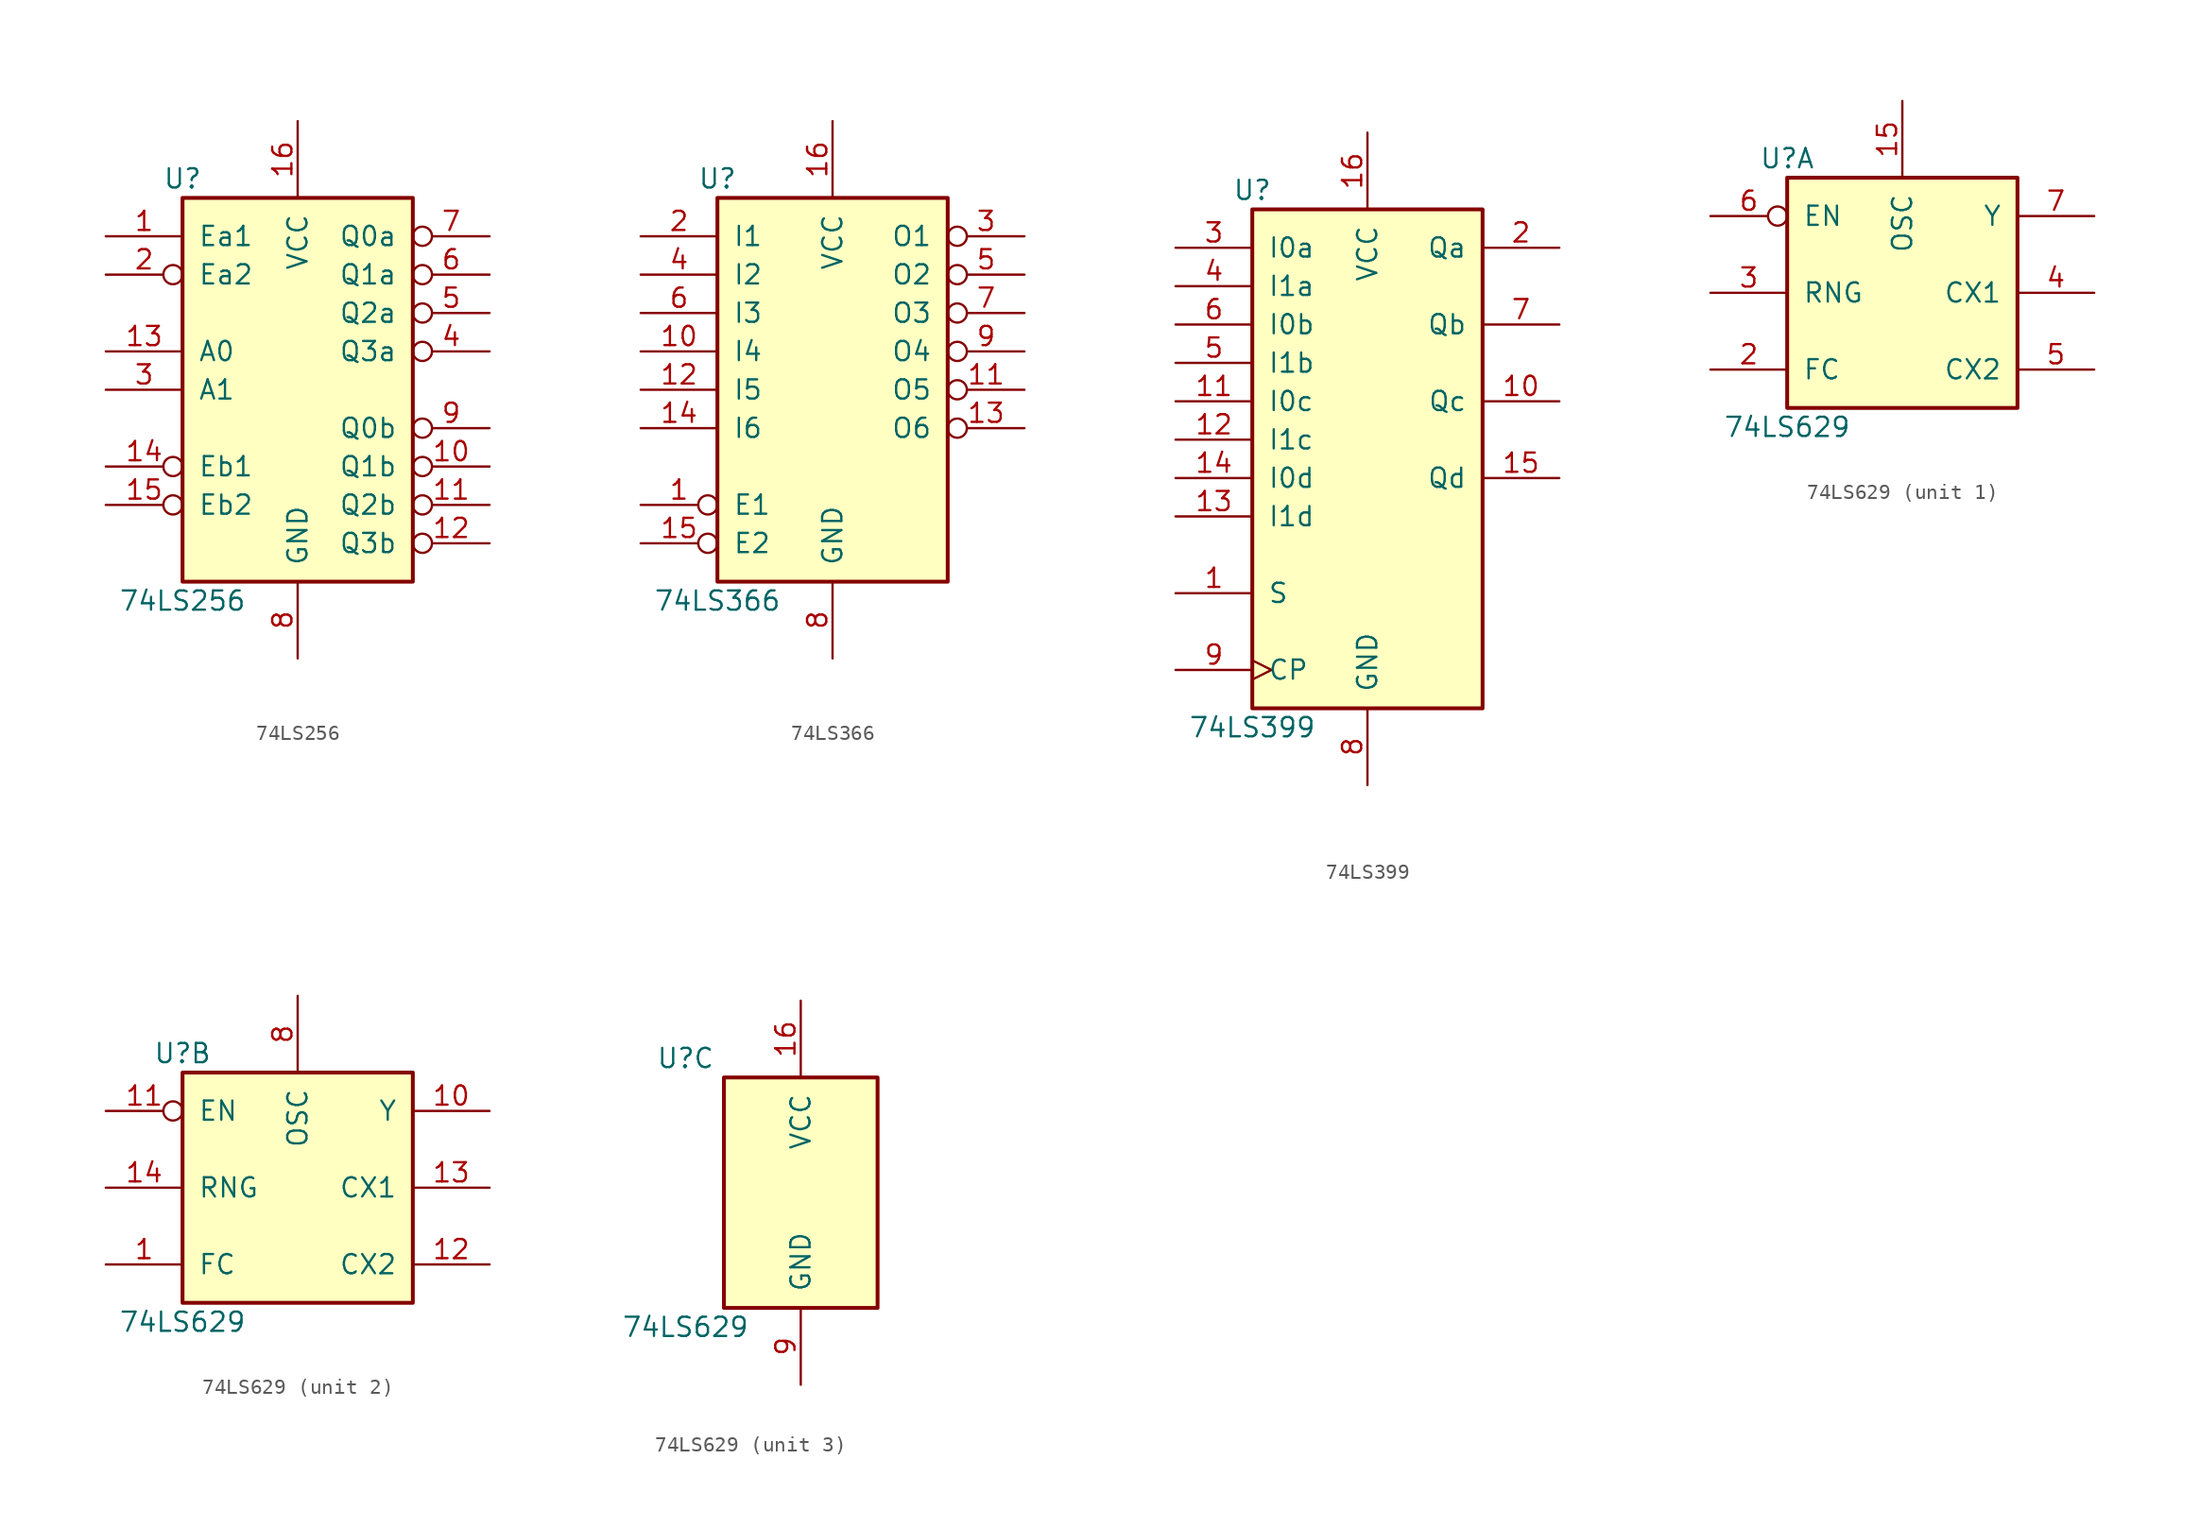
<source format=kicad_sym>
(kicad_symbol_lib
  (version 20241209)
  (generator "kicad_symbol_editor")
  (generator_version "9.0")
  (symbol "74LS256"
    (pin_names
      (offset 1.016))
    (property "Reference" "U"
      (at -7.62 13.97 0)
      (effects (font (size 1.27 1.27))))
    (property "Value" "74LS256"
      (at -7.62 -13.97 0)
      (effects (font (size 1.27 1.27))))
    (property "ki_locked" ""
      (at 0 0 0)
      (effects (font (size 1.27 1.27))))
    (symbol "74LS256_1_0"
      (pin input line (at -12.7 10.16 0) (length 5.08) (name "Ea1" (effects (font (size 1.27 1.27)))) (number "1" (effects (font (size 1.27 1.27)))))
      (pin input inverted (at -12.7 7.62 0) (length 5.08) (name "Ea2" (effects (font (size 1.27 1.27)))) (number "2" (effects (font (size 1.27 1.27)))))
      (pin input line (at -12.7 2.54 0) (length 5.08) (name "A0" (effects (font (size 1.27 1.27)))) (number "13" (effects (font (size 1.27 1.27)))))
      (pin input line (at -12.7 0 0) (length 5.08) (name "A1" (effects (font (size 1.27 1.27)))) (number "3" (effects (font (size 1.27 1.27)))))
      (pin input inverted (at -12.7 -5.08 0) (length 5.08) (name "Eb1" (effects (font (size 1.27 1.27)))) (number "14" (effects (font (size 1.27 1.27)))))
      (pin input inverted (at -12.7 -7.62 0) (length 5.08) (name "Eb2" (effects (font (size 1.27 1.27)))) (number "15" (effects (font (size 1.27 1.27)))))
      (pin power_in line (at 0 17.78 270) (length 5.08) (name "VCC" (effects (font (size 1.27 1.27)))) (number "16" (effects (font (size 1.27 1.27)))))
      (pin power_in line (at 0 -17.78 90) (length 5.08) (name "GND" (effects (font (size 1.27 1.27)))) (number "8" (effects (font (size 1.27 1.27)))))
      (pin tri_state inverted (at 12.7 10.16 180) (length 5.08) (name "Q0a" (effects (font (size 1.27 1.27)))) (number "7" (effects (font (size 1.27 1.27)))))
      (pin tri_state inverted (at 12.7 7.62 180) (length 5.08) (name "Q1a" (effects (font (size 1.27 1.27)))) (number "6" (effects (font (size 1.27 1.27)))))
      (pin tri_state inverted (at 12.7 5.08 180) (length 5.08) (name "Q2a" (effects (font (size 1.27 1.27)))) (number "5" (effects (font (size 1.27 1.27)))))
      (pin tri_state inverted (at 12.7 2.54 180) (length 5.08) (name "Q3a" (effects (font (size 1.27 1.27)))) (number "4" (effects (font (size 1.27 1.27)))))
      (pin tri_state inverted (at 12.7 -2.54 180) (length 5.08) (name "Q0b" (effects (font (size 1.27 1.27)))) (number "9" (effects (font (size 1.27 1.27)))))
      (pin tri_state inverted (at 12.7 -5.08 180) (length 5.08) (name "Q1b" (effects (font (size 1.27 1.27)))) (number "10" (effects (font (size 1.27 1.27)))))
      (pin tri_state inverted (at 12.7 -7.62 180) (length 5.08) (name "Q2b" (effects (font (size 1.27 1.27)))) (number "11" (effects (font (size 1.27 1.27)))))
      (pin tri_state inverted (at 12.7 -10.16 180) (length 5.08) (name "Q3b" (effects (font (size 1.27 1.27)))) (number "12" (effects (font (size 1.27 1.27))))))
    (symbol "74LS256_1_1"
      (rectangle (start -7.62 12.7) (end 7.62 -12.7) (stroke (width 0.254) (type solid)) (fill (type background)))))
  (symbol "74LS366"
    (pin_names
      (offset 1.016))
    (property "Reference" "U"
      (at -7.62 13.97 0)
      (effects (font (size 1.27 1.27))))
    (property "Value" "74LS366"
      (at -7.62 -13.97 0)
      (effects (font (size 1.27 1.27))))
    (property "ki_locked" ""
      (at 0 0 0)
      (effects (font (size 1.27 1.27))))
    (symbol "74LS366_1_0"
      (pin input line (at -12.7 10.16 0) (length 5.08) (name "I1" (effects (font (size 1.27 1.27)))) (number "2" (effects (font (size 1.27 1.27)))))
      (pin input line (at -12.7 7.62 0) (length 5.08) (name "I2" (effects (font (size 1.27 1.27)))) (number "4" (effects (font (size 1.27 1.27)))))
      (pin input line (at -12.7 5.08 0) (length 5.08) (name "I3" (effects (font (size 1.27 1.27)))) (number "6" (effects (font (size 1.27 1.27)))))
      (pin input line (at -12.7 2.54 0) (length 5.08) (name "I4" (effects (font (size 1.27 1.27)))) (number "10" (effects (font (size 1.27 1.27)))))
      (pin input line (at -12.7 0 0) (length 5.08) (name "I5" (effects (font (size 1.27 1.27)))) (number "12" (effects (font (size 1.27 1.27)))))
      (pin input line (at -12.7 -2.54 0) (length 5.08) (name "I6" (effects (font (size 1.27 1.27)))) (number "14" (effects (font (size 1.27 1.27)))))
      (pin input inverted (at -12.7 -7.62 0) (length 5.08) (name "E1" (effects (font (size 1.27 1.27)))) (number "1" (effects (font (size 1.27 1.27)))))
      (pin input inverted (at -12.7 -10.16 0) (length 5.08) (name "E2" (effects (font (size 1.27 1.27)))) (number "15" (effects (font (size 1.27 1.27)))))
      (pin power_in line (at 0 17.78 270) (length 5.08) (name "VCC" (effects (font (size 1.27 1.27)))) (number "16" (effects (font (size 1.27 1.27)))))
      (pin power_in line (at 0 -17.78 90) (length 5.08) (name "GND" (effects (font (size 1.27 1.27)))) (number "8" (effects (font (size 1.27 1.27)))))
      (pin tri_state inverted (at 12.7 10.16 180) (length 5.08) (name "O1" (effects (font (size 1.27 1.27)))) (number "3" (effects (font (size 1.27 1.27)))))
      (pin tri_state inverted (at 12.7 7.62 180) (length 5.08) (name "O2" (effects (font (size 1.27 1.27)))) (number "5" (effects (font (size 1.27 1.27)))))
      (pin tri_state inverted (at 12.7 5.08 180) (length 5.08) (name "O3" (effects (font (size 1.27 1.27)))) (number "7" (effects (font (size 1.27 1.27)))))
      (pin tri_state inverted (at 12.7 2.54 180) (length 5.08) (name "O4" (effects (font (size 1.27 1.27)))) (number "9" (effects (font (size 1.27 1.27)))))
      (pin tri_state inverted (at 12.7 0 180) (length 5.08) (name "O5" (effects (font (size 1.27 1.27)))) (number "11" (effects (font (size 1.27 1.27)))))
      (pin tri_state inverted (at 12.7 -2.54 180) (length 5.08) (name "O6" (effects (font (size 1.27 1.27)))) (number "13" (effects (font (size 1.27 1.27))))))
    (symbol "74LS366_1_1"
      (rectangle (start -7.62 12.7) (end 7.62 -12.7) (stroke (width 0.254) (type solid)) (fill (type background)))))
  (symbol "74LS399"
    (pin_names
      (offset 1.016))
    (property "Reference" "U"
      (at -7.62 16.51 0)
      (effects (font (size 1.27 1.27))))
    (property "Value" "74LS399"
      (at -7.62 -19.05 0)
      (effects (font (size 1.27 1.27))))
    (property "ki_locked" ""
      (at 0 0 0)
      (effects (font (size 1.27 1.27))))
    (symbol "74LS399_1_0"
      (pin input line (at -12.7 12.7 0) (length 5.08) (name "I0a" (effects (font (size 1.27 1.27)))) (number "3" (effects (font (size 1.27 1.27)))))
      (pin input line (at -12.7 10.16 0) (length 5.08) (name "I1a" (effects (font (size 1.27 1.27)))) (number "4" (effects (font (size 1.27 1.27)))))
      (pin input line (at -12.7 7.62 0) (length 5.08) (name "I0b" (effects (font (size 1.27 1.27)))) (number "6" (effects (font (size 1.27 1.27)))))
      (pin input line (at -12.7 5.08 0) (length 5.08) (name "I1b" (effects (font (size 1.27 1.27)))) (number "5" (effects (font (size 1.27 1.27)))))
      (pin input line (at -12.7 2.54 0) (length 5.08) (name "I0c" (effects (font (size 1.27 1.27)))) (number "11" (effects (font (size 1.27 1.27)))))
      (pin input line (at -12.7 0 0) (length 5.08) (name "I1c" (effects (font (size 1.27 1.27)))) (number "12" (effects (font (size 1.27 1.27)))))
      (pin input line (at -12.7 -2.54 0) (length 5.08) (name "I0d" (effects (font (size 1.27 1.27)))) (number "14" (effects (font (size 1.27 1.27)))))
      (pin input line (at -12.7 -5.08 0) (length 5.08) (name "I1d" (effects (font (size 1.27 1.27)))) (number "13" (effects (font (size 1.27 1.27)))))
      (pin input line (at -12.7 -10.16 0) (length 5.08) (name "S" (effects (font (size 1.27 1.27)))) (number "1" (effects (font (size 1.27 1.27)))))
      (pin input clock (at -12.7 -15.24 0) (length 5.08) (name "CP" (effects (font (size 1.27 1.27)))) (number "9" (effects (font (size 1.27 1.27)))))
      (pin power_in line (at 0 20.32 270) (length 5.08) (name "VCC" (effects (font (size 1.27 1.27)))) (number "16" (effects (font (size 1.27 1.27)))))
      (pin power_in line (at 0 -22.86 90) (length 5.08) (name "GND" (effects (font (size 1.27 1.27)))) (number "8" (effects (font (size 1.27 1.27)))))
      (pin output line (at 12.7 12.7 180) (length 5.08) (name "Qa" (effects (font (size 1.27 1.27)))) (number "2" (effects (font (size 1.27 1.27)))))
      (pin output line (at 12.7 7.62 180) (length 5.08) (name "Qb" (effects (font (size 1.27 1.27)))) (number "7" (effects (font (size 1.27 1.27)))))
      (pin output line (at 12.7 2.54 180) (length 5.08) (name "Qc" (effects (font (size 1.27 1.27)))) (number "10" (effects (font (size 1.27 1.27)))))
      (pin output line (at 12.7 -2.54 180) (length 5.08) (name "Qd" (effects (font (size 1.27 1.27)))) (number "15" (effects (font (size 1.27 1.27))))))
    (symbol "74LS399_1_1"
      (rectangle (start -7.62 15.24) (end 7.62 -17.78) (stroke (width 0.254) (type solid)) (fill (type background)))))
  (symbol "74LS629"
    (pin_names
      (offset 1.016))
    (property "Reference" "U"
      (at -7.62 8.89 0)
      (effects (font (size 1.27 1.27))))
    (property "Value" "74LS629"
      (at -7.62 -8.89 0)
      (effects (font (size 1.27 1.27))))
    (property "ki_locked" ""
      (at 0 0 0)
      (effects (font (size 1.27 1.27))))
    (symbol "74LS629_1_0"
      (pin input inverted (at -12.7 5.08 0) (length 5.08) (name "EN" (effects (font (size 1.27 1.27)))) (number "6" (effects (font (size 1.27 1.27)))))
      (pin input line (at -12.7 0 0) (length 5.08) (name "RNG" (effects (font (size 1.27 1.27)))) (number "3" (effects (font (size 1.27 1.27)))))
      (pin input line (at -12.7 -5.08 0) (length 5.08) (name "FC" (effects (font (size 1.27 1.27)))) (number "2" (effects (font (size 1.27 1.27)))))
      (pin passive line (at 0 12.7 270) (length 5.08) (name "OSC" (effects (font (size 1.27 1.27)))) (number "15" (effects (font (size 1.27 1.27)))))
      (pin output line (at 12.7 5.08 180) (length 5.08) (name "Y" (effects (font (size 1.27 1.27)))) (number "7" (effects (font (size 1.27 1.27)))))
      (pin passive line (at 12.7 0 180) (length 5.08) (name "CX1" (effects (font (size 1.27 1.27)))) (number "4" (effects (font (size 1.27 1.27)))))
      (pin passive line (at 12.7 -5.08 180) (length 5.08) (name "CX2" (effects (font (size 1.27 1.27)))) (number "5" (effects (font (size 1.27 1.27))))))
    (symbol "74LS629_1_1"
      (rectangle (start -7.62 7.62) (end 7.62 -7.62) (stroke (width 0.254) (type solid)) (fill (type background))))
    (symbol "74LS629_2_0"
      (pin input inverted (at -12.7 5.08 0) (length 5.08) (name "EN" (effects (font (size 1.27 1.27)))) (number "11" (effects (font (size 1.27 1.27)))))
      (pin input line (at -12.7 0 0) (length 5.08) (name "RNG" (effects (font (size 1.27 1.27)))) (number "14" (effects (font (size 1.27 1.27)))))
      (pin input line (at -12.7 -5.08 0) (length 5.08) (name "FC" (effects (font (size 1.27 1.27)))) (number "1" (effects (font (size 1.27 1.27)))))
      (pin passive line (at 0 12.7 270) (length 5.08) (name "OSC" (effects (font (size 1.27 1.27)))) (number "8" (effects (font (size 1.27 1.27)))))
      (pin output line (at 12.7 5.08 180) (length 5.08) (name "Y" (effects (font (size 1.27 1.27)))) (number "10" (effects (font (size 1.27 1.27)))))
      (pin passive line (at 12.7 0 180) (length 5.08) (name "CX1" (effects (font (size 1.27 1.27)))) (number "13" (effects (font (size 1.27 1.27)))))
      (pin passive line (at 12.7 -5.08 180) (length 5.08) (name "CX2" (effects (font (size 1.27 1.27)))) (number "12" (effects (font (size 1.27 1.27))))))
    (symbol "74LS629_2_1"
      (rectangle (start -7.62 7.62) (end 7.62 -7.62) (stroke (width 0.254) (type solid)) (fill (type background))))
    (symbol "74LS629_3_0"
      (pin power_in line (at 0 12.7 270) (length 5.08) (name "VCC" (effects (font (size 1.27 1.27)))) (number "16" (effects (font (size 1.27 1.27)))))
      (pin power_in line (at 0 -12.7 90) (length 5.08) (name "GND" (effects (font (size 1.27 1.27)))) (number "9" (effects (font (size 1.27 1.27))))))
    (symbol "74LS629_3_1"
      (rectangle (start -5.08 7.62) (end 5.08 -7.62) (stroke (width 0.254) (type solid)) (fill (type background))))))
</source>
